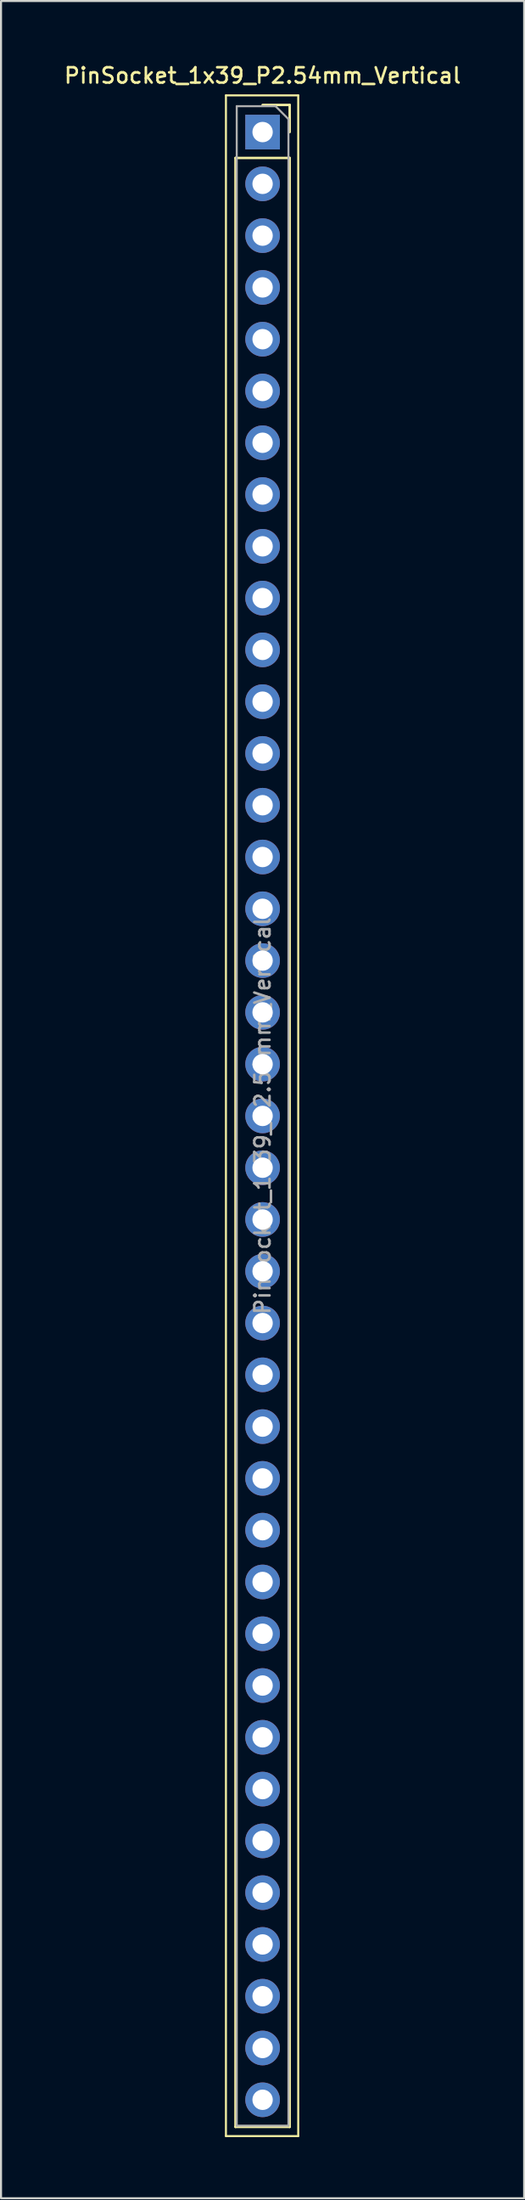
<source format=kicad_pcb>
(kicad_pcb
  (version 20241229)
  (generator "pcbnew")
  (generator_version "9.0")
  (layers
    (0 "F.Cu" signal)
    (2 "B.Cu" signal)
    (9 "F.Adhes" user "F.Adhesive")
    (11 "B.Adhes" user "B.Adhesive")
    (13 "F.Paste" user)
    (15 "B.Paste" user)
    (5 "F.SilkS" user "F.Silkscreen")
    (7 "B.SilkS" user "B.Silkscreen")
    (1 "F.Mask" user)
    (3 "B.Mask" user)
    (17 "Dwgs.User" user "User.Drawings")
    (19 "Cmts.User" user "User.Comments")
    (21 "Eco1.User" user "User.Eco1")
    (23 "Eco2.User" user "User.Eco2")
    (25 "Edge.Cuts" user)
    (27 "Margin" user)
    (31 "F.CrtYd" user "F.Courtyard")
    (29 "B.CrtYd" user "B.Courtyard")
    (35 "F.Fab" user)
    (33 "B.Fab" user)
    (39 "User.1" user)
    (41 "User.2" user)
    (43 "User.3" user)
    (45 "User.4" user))
  (footprint "PinSocket_1x39_P2.54mm_Vertical"
    (layer "F.Cu")
    (at 9.845 3.428)
    (property "Reference" "PinSocket_1x39_P2.54mm_Vertical" (at 0 -2.77 0) (layer "F.SilkS") (effects (font (size 0.75 0.75) (thickness 0.125))))
    (attr through_hole)
    (fp_line (start -1.8 -1.8) (end 1.75 -1.8) (stroke (width 0.1) (type solid)) (layer "F.SilkS"))
    (fp_line (start -1.8 98.3) (end -1.8 -1.8) (stroke (width 0.1) (type solid)) (layer "F.SilkS"))
    (fp_line (start -1.33 1.27) (end -1.33 97.85) (stroke (width 0.12) (type solid)) (layer "F.SilkS"))
    (fp_line (start -1.33 1.27) (end 1.33 1.27) (stroke (width 0.12) (type solid)) (layer "F.SilkS"))
    (fp_line (start -1.33 97.85) (end 1.33 97.85) (stroke (width 0.12) (type solid)) (layer "F.SilkS"))
    (fp_line (start 0 -1.33) (end 1.33 -1.33) (stroke (width 0.12) (type solid)) (layer "F.SilkS"))
    (fp_line (start 1.33 -1.33) (end 1.33 0) (stroke (width 0.12) (type solid)) (layer "F.SilkS"))
    (fp_line (start 1.33 1.27) (end 1.33 97.85) (stroke (width 0.12) (type solid)) (layer "F.SilkS"))
    (fp_line (start 1.75 -1.8) (end 1.75 98.3) (stroke (width 0.1) (type solid)) (layer "F.SilkS"))
    (fp_line (start 1.75 98.3) (end -1.8 98.3) (stroke (width 0.1) (type solid)) (layer "F.SilkS"))
    (fp_line (start -1.27 -1.27) (end 0.635 -1.27) (stroke (width 0.1) (type solid)) (layer "F.Fab"))
    (fp_line (start -1.27 97.79) (end -1.27 -1.27) (stroke (width 0.1) (type solid)) (layer "F.Fab"))
    (fp_line (start 0.635 -1.27) (end 1.27 -0.635) (stroke (width 0.1) (type solid)) (layer "F.Fab"))
    (fp_line (start 1.27 -0.635) (end 1.27 97.79) (stroke (width 0.1) (type solid)) (layer "F.Fab"))
    (fp_line (start 1.27 97.79) (end -1.27 97.79) (stroke (width 0.1) (type solid)) (layer "F.Fab"))
    (fp_text user "${REFERENCE}" (at 0 48.26 90) (layer "F.Fab") (effects (font (size 0.75 0.75) (thickness 0.125))))
    (pad "1" thru_hole rect (at 0 0) (size 1.7 1.7) (drill 1) (layers "*.Cu" "*.Mask"))
    (pad "2" thru_hole oval (at 0 2.54) (size 1.7 1.7) (drill 1) (layers "*.Cu" "*.Mask"))
    (pad "3" thru_hole oval (at 0 5.08) (size 1.7 1.7) (drill 1) (layers "*.Cu" "*.Mask"))
    (pad "4" thru_hole oval (at 0 7.62) (size 1.7 1.7) (drill 1) (layers "*.Cu" "*.Mask"))
    (pad "5" thru_hole oval (at 0 10.16) (size 1.7 1.7) (drill 1) (layers "*.Cu" "*.Mask"))
    (pad "6" thru_hole oval (at 0 12.7) (size 1.7 1.7) (drill 1) (layers "*.Cu" "*.Mask"))
    (pad "7" thru_hole oval (at 0 15.24) (size 1.7 1.7) (drill 1) (layers "*.Cu" "*.Mask"))
    (pad "8" thru_hole oval (at 0 17.78) (size 1.7 1.7) (drill 1) (layers "*.Cu" "*.Mask"))
    (pad "9" thru_hole oval (at 0 20.32) (size 1.7 1.7) (drill 1) (layers "*.Cu" "*.Mask"))
    (pad "10" thru_hole oval (at 0 22.86) (size 1.7 1.7) (drill 1) (layers "*.Cu" "*.Mask"))
    (pad "11" thru_hole oval (at 0 25.4) (size 1.7 1.7) (drill 1) (layers "*.Cu" "*.Mask"))
    (pad "12" thru_hole oval (at 0 27.94) (size 1.7 1.7) (drill 1) (layers "*.Cu" "*.Mask"))
    (pad "13" thru_hole oval (at 0 30.48) (size 1.7 1.7) (drill 1) (layers "*.Cu" "*.Mask"))
    (pad "14" thru_hole oval (at 0 33.02) (size 1.7 1.7) (drill 1) (layers "*.Cu" "*.Mask"))
    (pad "15" thru_hole oval (at 0 35.56) (size 1.7 1.7) (drill 1) (layers "*.Cu" "*.Mask"))
    (pad "16" thru_hole oval (at 0 38.1) (size 1.7 1.7) (drill 1) (layers "*.Cu" "*.Mask"))
    (pad "17" thru_hole oval (at 0 40.64) (size 1.7 1.7) (drill 1) (layers "*.Cu" "*.Mask"))
    (pad "18" thru_hole oval (at 0 43.18) (size 1.7 1.7) (drill 1) (layers "*.Cu" "*.Mask"))
    (pad "19" thru_hole oval (at 0 45.72) (size 1.7 1.7) (drill 1) (layers "*.Cu" "*.Mask"))
    (pad "20" thru_hole oval (at 0 48.26) (size 1.7 1.7) (drill 1) (layers "*.Cu" "*.Mask"))
    (pad "21" thru_hole oval (at 0 50.8) (size 1.7 1.7) (drill 1) (layers "*.Cu" "*.Mask"))
    (pad "22" thru_hole oval (at 0 53.34) (size 1.7 1.7) (drill 1) (layers "*.Cu" "*.Mask"))
    (pad "23" thru_hole oval (at 0 55.88) (size 1.7 1.7) (drill 1) (layers "*.Cu" "*.Mask"))
    (pad "24" thru_hole oval (at 0 58.42) (size 1.7 1.7) (drill 1) (layers "*.Cu" "*.Mask"))
    (pad "25" thru_hole oval (at 0 60.96) (size 1.7 1.7) (drill 1) (layers "*.Cu" "*.Mask"))
    (pad "26" thru_hole oval (at 0 63.5) (size 1.7 1.7) (drill 1) (layers "*.Cu" "*.Mask"))
    (pad "27" thru_hole oval (at 0 66.04) (size 1.7 1.7) (drill 1) (layers "*.Cu" "*.Mask"))
    (pad "28" thru_hole oval (at 0 68.58) (size 1.7 1.7) (drill 1) (layers "*.Cu" "*.Mask"))
    (pad "29" thru_hole oval (at 0 71.12) (size 1.7 1.7) (drill 1) (layers "*.Cu" "*.Mask"))
    (pad "30" thru_hole oval (at 0 73.66) (size 1.7 1.7) (drill 1) (layers "*.Cu" "*.Mask"))
    (pad "31" thru_hole oval (at 0 76.2) (size 1.7 1.7) (drill 1) (layers "*.Cu" "*.Mask"))
    (pad "32" thru_hole oval (at 0 78.74) (size 1.7 1.7) (drill 1) (layers "*.Cu" "*.Mask"))
    (pad "33" thru_hole oval (at 0 81.28) (size 1.7 1.7) (drill 1) (layers "*.Cu" "*.Mask"))
    (pad "34" thru_hole oval (at 0 83.82) (size 1.7 1.7) (drill 1) (layers "*.Cu" "*.Mask"))
    (pad "35" thru_hole oval (at 0 86.36) (size 1.7 1.7) (drill 1) (layers "*.Cu" "*.Mask"))
    (pad "36" thru_hole oval (at 0 88.9) (size 1.7 1.7) (drill 1) (layers "*.Cu" "*.Mask"))
    (pad "37" thru_hole oval (at 0 91.44) (size 1.7 1.7) (drill 1) (layers "*.Cu" "*.Mask"))
    (pad "38" thru_hole oval (at 0 93.98) (size 1.7 1.7) (drill 1) (layers "*.Cu" "*.Mask"))
    (pad "39" thru_hole oval (at 0 96.52) (size 1.7 1.7) (drill 1) (layers "*.Cu" "*.Mask")))
  (gr_rect
    (start -3 -3)
    (end 22.689 104.778)
    (stroke (width 0.1) (type default))
    (fill no)
    (layer "Edge.Cuts")))
</source>
